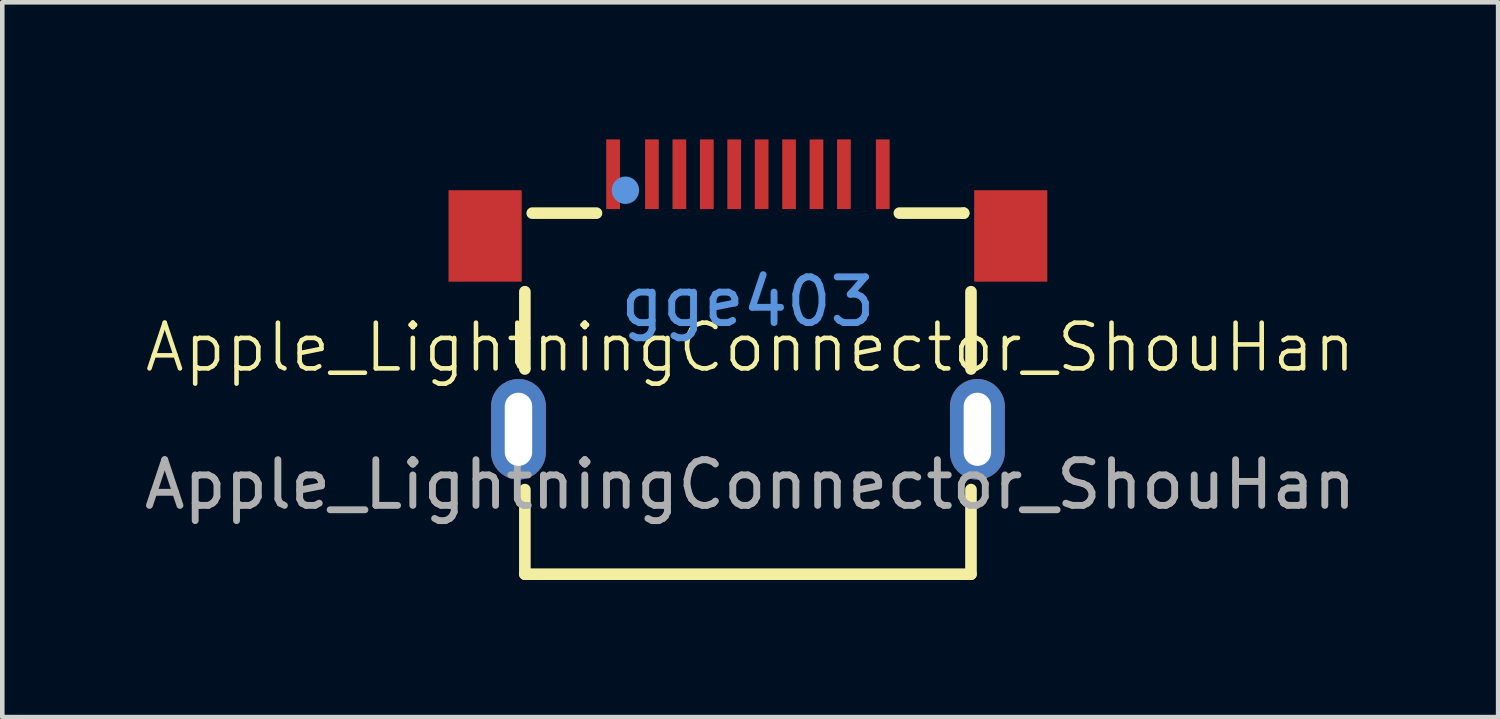
<source format=kicad_pcb>
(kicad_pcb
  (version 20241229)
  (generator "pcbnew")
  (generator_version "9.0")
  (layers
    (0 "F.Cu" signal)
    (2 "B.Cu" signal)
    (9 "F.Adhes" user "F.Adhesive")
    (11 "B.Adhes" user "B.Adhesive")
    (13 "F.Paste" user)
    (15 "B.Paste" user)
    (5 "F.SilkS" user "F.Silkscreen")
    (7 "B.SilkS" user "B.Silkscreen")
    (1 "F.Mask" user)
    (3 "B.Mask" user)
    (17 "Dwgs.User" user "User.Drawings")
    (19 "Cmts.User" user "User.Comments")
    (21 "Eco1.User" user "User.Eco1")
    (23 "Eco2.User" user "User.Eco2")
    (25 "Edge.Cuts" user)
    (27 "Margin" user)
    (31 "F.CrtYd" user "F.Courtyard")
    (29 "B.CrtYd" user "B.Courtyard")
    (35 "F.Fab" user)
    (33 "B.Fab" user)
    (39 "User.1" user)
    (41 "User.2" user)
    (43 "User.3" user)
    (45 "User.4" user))
  (footprint "Apple_LightningConnector_ShouHan"
    (layer "F.Cu")
    (at 13.363 5.052)
    (property "Reference" "Apple_LightningConnector_ShouHan" (at 0 -0.5 0) (unlocked yes) (layer "F.SilkS") (effects (font (size 1 1) (thickness 0.1))))
    (attr smd)
    (fp_line (start -4.93 -0.029) (end -4.93 -1.72) (stroke (width 0.254) (type solid)) (layer "F.SilkS"))
    (fp_line (start -4.93 4.46) (end -4.93 2.609) (stroke (width 0.254) (type solid)) (layer "F.SilkS"))
    (fp_line (start -3.363 -3.439) (end -4.769 -3.439) (stroke (width 0.254) (type solid)) (layer "F.SilkS"))
    (fp_line (start 4.67 -3.439) (end 3.263 -3.439) (stroke (width 0.254) (type solid)) (layer "F.SilkS"))
    (fp_line (start 4.67 -3.439) (end 4.669 -3.44) (stroke (width 0.254) (type solid)) (layer "F.SilkS"))
    (fp_line (start 4.83 -0.029) (end 4.83 -1.72) (stroke (width 0.254) (type solid)) (layer "F.SilkS"))
    (fp_line (start 4.83 4.46) (end -4.93 4.46) (stroke (width 0.254) (type solid)) (layer "F.SilkS"))
    (fp_line (start 4.83 4.46) (end 4.83 2.609) (stroke (width 0.254) (type solid)) (layer "F.SilkS"))
    (fp_poly (pts (xy -6.6 -3.94) (xy -5 -3.94) (xy -5 -1.94) (xy -6.6 -1.94)) (stroke (width 0) (type solid)) (fill yes) (layer "F.Paste"))
    (fp_poly (pts (xy -3.15 -5.052) (xy -2.85 -5.052) (xy -2.85 -3.528) (xy -3.15 -3.528)) (stroke (width 0) (type solid)) (fill yes) (layer "F.Paste"))
    (fp_poly (pts (xy -2.3 -5.052) (xy -2 -5.052) (xy -2 -3.528) (xy -2.3 -3.528)) (stroke (width 0) (type solid)) (fill yes) (layer "F.Paste"))
    (fp_poly (pts (xy -1.7 -5.052) (xy -1.4 -5.052) (xy -1.4 -3.528) (xy -1.7 -3.528)) (stroke (width 0) (type solid)) (fill yes) (layer "F.Paste"))
    (fp_poly (pts (xy -1.1 -5.052) (xy -0.8 -5.052) (xy -0.8 -3.528) (xy -1.1 -3.528)) (stroke (width 0) (type solid)) (fill yes) (layer "F.Paste"))
    (fp_poly (pts (xy -0.5 -5.052) (xy -0.2 -5.052) (xy -0.2 -3.528) (xy -0.5 -3.528)) (stroke (width 0) (type solid)) (fill yes) (layer "F.Paste"))
    (fp_poly (pts (xy 0.1 -5.052) (xy 0.4 -5.052) (xy 0.4 -3.528) (xy 0.1 -3.528)) (stroke (width 0) (type solid)) (fill yes) (layer "F.Paste"))
    (fp_poly (pts (xy 0.7 -5.052) (xy 1 -5.052) (xy 1 -3.528) (xy 0.7 -3.528)) (stroke (width 0) (type solid)) (fill yes) (layer "F.Paste"))
    (fp_poly (pts (xy 1.3 -5.052) (xy 1.6 -5.052) (xy 1.6 -3.528) (xy 1.3 -3.528)) (stroke (width 0) (type solid)) (fill yes) (layer "F.Paste"))
    (fp_poly (pts (xy 1.9 -5.052) (xy 2.2 -5.052) (xy 2.2 -3.528) (xy 1.9 -3.528)) (stroke (width 0) (type solid)) (fill yes) (layer "F.Paste"))
    (fp_poly (pts (xy 2.75 -5.052) (xy 3.05 -5.052) (xy 3.05 -3.528) (xy 2.75 -3.528)) (stroke (width 0) (type solid)) (fill yes) (layer "F.Paste"))
    (fp_poly (pts (xy 4.9 -3.94) (xy 6.5 -3.94) (xy 6.5 -1.94) (xy 4.9 -1.94)) (stroke (width 0) (type solid)) (fill yes) (layer "F.Paste"))
    (fp_poly (pts (xy -5.025 0.192) (xy -5.055 0.19) (xy -5.085 0.19) (xy -5.115 0.192) (xy -5.145 0.195) (xy -5.174 0.199) (xy -5.204 0.205) (xy -5.233 0.212) (xy -5.261 0.221) (xy -5.289 0.232) (xy -5.317 0.243) (xy -5.344 0.256) (xy -5.37 0.27) (xy -5.396 0.286) (xy -5.42 0.303) (xy -5.444 0.321) (xy -5.467 0.34) (xy -5.489 0.361) (xy -5.51 0.382) (xy -5.53 0.404) (xy -5.548 0.428) (xy -5.566 0.452) (xy -5.582 0.477) (xy -5.597 0.503) (xy -5.611 0.53) (xy -5.623 0.557) (xy -5.634 0.585) (xy -5.643 0.613) (xy -5.652 0.642) (xy -5.658 0.671) (xy -5.663 0.701) (xy -5.667 0.73) (xy -5.669 0.76) (xy -5.67 0.79) (xy -5.67 1.79) (xy -5.669 1.82) (xy -5.667 1.85) (xy -5.663 1.879) (xy -5.658 1.909) (xy -5.652 1.938) (xy -5.643 1.967) (xy -5.634 1.995) (xy -5.623 2.023) (xy -5.611 2.05) (xy -5.597 2.077) (xy -5.582 2.103) (xy -5.566 2.128) (xy -5.548 2.152) (xy -5.53 2.176) (xy -5.51 2.198) (xy -5.489 2.22) (xy -5.467 2.24) (xy -5.444 2.259) (xy -5.42 2.277) (xy -5.396 2.294) (xy -5.37 2.31) (xy -5.344 2.324) (xy -5.317 2.337) (xy -5.289 2.349) (xy -5.261 2.359) (xy -5.233 2.368) (xy -5.204 2.375) (xy -5.174 2.381) (xy -5.145 2.385) (xy -5.115 2.388) (xy -5.085 2.39) (xy -5.055 2.39) (xy -5.025 2.388) (xy -4.995 2.385) (xy -4.966 2.381) (xy -4.937 2.375) (xy -4.908 2.368) (xy -4.879 2.359) (xy -4.851 2.349) (xy -4.823 2.337) (xy -4.796 2.324) (xy -4.77 2.31) (xy -4.745 2.294) (xy -4.72 2.277) (xy -4.696 2.259) (xy -4.673 2.24) (xy -4.651 2.22) (xy -4.63 2.198) (xy -4.61 2.176) (xy -4.592 2.152) (xy -4.574 2.128) (xy -4.558 2.103) (xy -4.543 2.077) (xy -4.529 2.05) (xy -4.517 2.023) (xy -4.506 1.995) (xy -4.497 1.967) (xy -4.489 1.938) (xy -4.482 1.909) (xy -4.477 1.879) (xy -4.473 1.85) (xy -4.471 1.82) (xy -4.47 1.79) (xy -4.47 0.79) (xy -4.471 0.76) (xy -4.473 0.73) (xy -4.477 0.701) (xy -4.482 0.671) (xy -4.489 0.642) (xy -4.497 0.613) (xy -4.506 0.585) (xy -4.517 0.557) (xy -4.529 0.53) (xy -4.543 0.503) (xy -4.558 0.477) (xy -4.574 0.452) (xy -4.592 0.428) (xy -4.61 0.404) (xy -4.63 0.382) (xy -4.651 0.361) (xy -4.673 0.34) (xy -4.696 0.321) (xy -4.72 0.303) (xy -4.745 0.286) (xy -4.77 0.27) (xy -4.796 0.256) (xy -4.823 0.243) (xy -4.851 0.232) (xy -4.879 0.221) (xy -4.908 0.212) (xy -4.937 0.205) (xy -4.966 0.199) (xy -4.995 0.195)) (stroke (width 0) (type solid)) (fill yes) (layer "F.Paste"))
    (fp_poly (pts (xy 5.015 0.192) (xy 4.985 0.19) (xy 4.955 0.19) (xy 4.925 0.192) (xy 4.895 0.195) (xy 4.866 0.199) (xy 4.837 0.205) (xy 4.808 0.212) (xy 4.779 0.221) (xy 4.751 0.232) (xy 4.723 0.243) (xy 4.696 0.256) (xy 4.67 0.27) (xy 4.645 0.286) (xy 4.62 0.303) (xy 4.596 0.321) (xy 4.573 0.34) (xy 4.551 0.361) (xy 4.53 0.382) (xy 4.51 0.404) (xy 4.492 0.428) (xy 4.474 0.452) (xy 4.458 0.477) (xy 4.443 0.503) (xy 4.429 0.53) (xy 4.417 0.557) (xy 4.406 0.585) (xy 4.397 0.613) (xy 4.389 0.642) (xy 4.382 0.671) (xy 4.377 0.701) (xy 4.373 0.73) (xy 4.371 0.76) (xy 4.37 0.79) (xy 4.37 1.79) (xy 4.371 1.82) (xy 4.373 1.85) (xy 4.377 1.879) (xy 4.382 1.909) (xy 4.389 1.938) (xy 4.397 1.967) (xy 4.406 1.995) (xy 4.417 2.023) (xy 4.429 2.05) (xy 4.443 2.077) (xy 4.458 2.103) (xy 4.474 2.128) (xy 4.492 2.152) (xy 4.51 2.176) (xy 4.53 2.198) (xy 4.551 2.22) (xy 4.573 2.24) (xy 4.596 2.259) (xy 4.62 2.277) (xy 4.645 2.294) (xy 4.67 2.31) (xy 4.696 2.324) (xy 4.723 2.337) (xy 4.751 2.349) (xy 4.779 2.359) (xy 4.808 2.368) (xy 4.837 2.375) (xy 4.866 2.381) (xy 4.895 2.385) (xy 4.925 2.388) (xy 4.955 2.39) (xy 4.985 2.39) (xy 5.015 2.388) (xy 5.045 2.385) (xy 5.074 2.381) (xy 5.104 2.375) (xy 5.133 2.368) (xy 5.161 2.359) (xy 5.189 2.349) (xy 5.217 2.337) (xy 5.244 2.324) (xy 5.27 2.31) (xy 5.296 2.294) (xy 5.32 2.277) (xy 5.344 2.259) (xy 5.367 2.24) (xy 5.389 2.22) (xy 5.41 2.198) (xy 5.43 2.176) (xy 5.448 2.152) (xy 5.466 2.128) (xy 5.482 2.103) (xy 5.497 2.077) (xy 5.511 2.05) (xy 5.523 2.023) (xy 5.534 1.995) (xy 5.543 1.967) (xy 5.552 1.938) (xy 5.558 1.909) (xy 5.563 1.879) (xy 5.567 1.85) (xy 5.569 1.82) (xy 5.57 1.79) (xy 5.57 0.79) (xy 5.569 0.76) (xy 5.567 0.73) (xy 5.563 0.701) (xy 5.558 0.671) (xy 5.552 0.642) (xy 5.543 0.613) (xy 5.534 0.585) (xy 5.523 0.557) (xy 5.511 0.53) (xy 5.497 0.503) (xy 5.482 0.477) (xy 5.466 0.452) (xy 5.448 0.428) (xy 5.43 0.404) (xy 5.41 0.382) (xy 5.389 0.361) (xy 5.367 0.34) (xy 5.344 0.321) (xy 5.32 0.303) (xy 5.296 0.286) (xy 5.27 0.27) (xy 5.244 0.256) (xy 5.217 0.243) (xy 5.189 0.232) (xy 5.161 0.221) (xy 5.133 0.212) (xy 5.104 0.205) (xy 5.074 0.199) (xy 5.045 0.195)) (stroke (width 0) (type solid)) (fill yes) (layer "F.Paste"))
    (fp_circle (center -2.73 -3.94) (end -2.58 -3.94) (stroke (width 0.3) (type solid)) (fill no) (layer "Cmts.User"))
    (fp_text user "gge403" (at -0.05 -1.5 0) (layer "Cmts.User") (effects (font (size 1 1) (thickness 0.15))))
    (fp_text user "${REFERENCE}" (at 0 2.5 0) (unlocked yes) (layer "F.Fab") (effects (font (size 1 1) (thickness 0.15))))
    (pad "1" smd rect (at -3 -4.29) (size 0.3 1.524) (layers "F.Cu" "F.Mask" "F.Paste"))
    (pad "2" smd rect (at -2.15 -4.29) (size 0.3 1.524) (layers "F.Cu" "F.Mask" "F.Paste"))
    (pad "3" smd rect (at -1.55 -4.29) (size 0.3 1.524) (layers "F.Cu" "F.Mask" "F.Paste"))
    (pad "4" smd rect (at -0.95 -4.29) (size 0.3 1.524) (layers "F.Cu" "F.Mask" "F.Paste"))
    (pad "5" smd rect (at -0.35 -4.29) (size 0.3 1.524) (layers "F.Cu" "F.Mask" "F.Paste"))
    (pad "6" smd rect (at 0.25 -4.29) (size 0.3 1.524) (layers "F.Cu" "F.Mask" "F.Paste"))
    (pad "7" smd rect (at 0.85 -4.29) (size 0.3 1.524) (layers "F.Cu" "F.Mask" "F.Paste"))
    (pad "8" smd rect (at 1.45 -4.29) (size 0.3 1.524) (layers "F.Cu" "F.Mask" "F.Paste"))
    (pad "9" smd rect (at 2.05 -4.29) (size 0.3 1.524) (layers "F.Cu" "F.Mask" "F.Paste"))
    (pad "10" smd rect (at 2.9 -4.29) (size 0.3 1.524) (layers "F.Cu" "F.Mask" "F.Paste"))
    (pad "11" smd rect (at -5.8 -2.94) (size 1.6 2) (layers "F.Cu" "F.Mask" "F.Paste"))
    (pad "12" smd rect (at 5.7 -2.94) (size 1.6 2) (layers "F.Cu" "F.Mask" "F.Paste"))
    (pad "13" thru_hole oval (at 4.97 1.29) (size 1.2 2.2) (drill oval 0.6 1.6) (layers "*.Cu" "*.Paste" "*.Mask"))
    (pad "14" thru_hole oval (at -5.07 1.29) (size 1.2 2.2) (drill oval 0.6 1.6) (layers "*.Cu" "*.Paste" "*.Mask")))
  (gr_rect
    (start -3 -3)
    (end 29.726 12.639)
    (stroke (width 0.1) (type default))
    (fill no)
    (layer "Edge.Cuts")))
</source>
